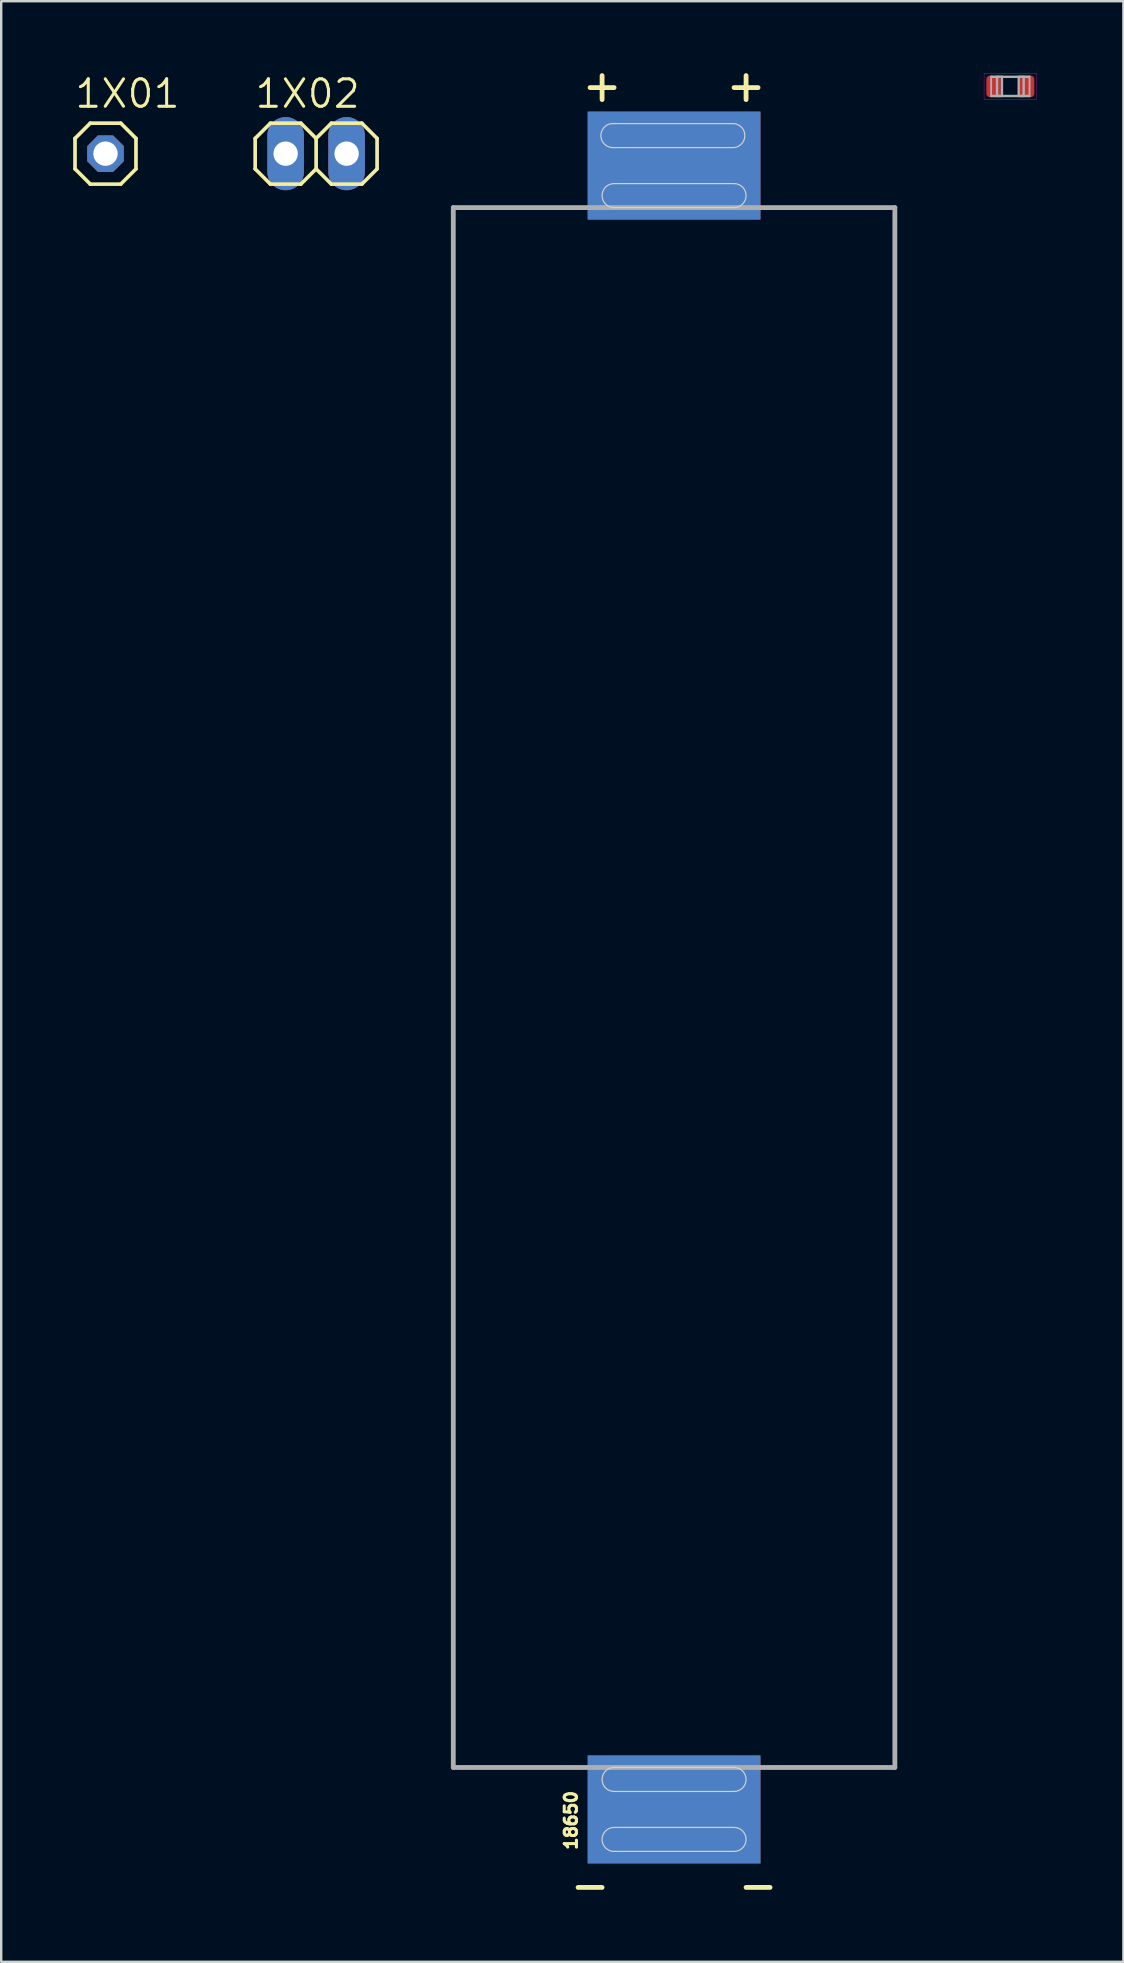
<source format=kicad_pcb>
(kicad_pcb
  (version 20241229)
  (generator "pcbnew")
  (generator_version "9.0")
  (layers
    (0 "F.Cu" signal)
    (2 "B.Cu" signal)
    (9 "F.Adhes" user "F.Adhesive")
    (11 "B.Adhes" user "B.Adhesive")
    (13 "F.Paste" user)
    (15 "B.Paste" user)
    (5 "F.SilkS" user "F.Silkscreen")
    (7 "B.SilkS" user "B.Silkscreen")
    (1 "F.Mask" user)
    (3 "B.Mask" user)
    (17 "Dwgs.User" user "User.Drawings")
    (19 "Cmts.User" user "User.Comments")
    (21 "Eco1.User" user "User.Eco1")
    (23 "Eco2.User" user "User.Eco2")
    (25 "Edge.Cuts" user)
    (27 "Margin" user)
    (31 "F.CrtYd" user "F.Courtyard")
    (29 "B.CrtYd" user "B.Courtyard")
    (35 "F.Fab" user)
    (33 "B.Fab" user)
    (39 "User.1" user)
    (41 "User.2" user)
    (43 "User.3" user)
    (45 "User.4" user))
  (footprint "18650"
    (layer "F.Cu")
    (at 25.039 38.1)
    (property "Reference" "18650" (at -4 36 90) (layer "F.SilkS") (effects (font (size 0.508 0.508) (thickness 0.127)) (justify left bottom)))
    (fp_poly (pts (xy 3.6 -32) (xy -3.6 -32) (xy -3.6 -36.5) (xy 3.6 -36.5)) (stroke (width 0) (type solid)) (fill yes) (layer "F.Cu"))
    (fp_poly (pts (xy 3.6 36.5) (xy -3.6 36.5) (xy -3.6 32) (xy 3.6 32)) (stroke (width 0) (type solid)) (fill yes) (layer "F.Cu"))
    (fp_poly (pts (xy 3.7 -34.5) (xy -3.7 -34.5) (xy -3.7 -36.7) (xy 3.7 -36.7)) (stroke (width 0) (type solid)) (fill yes) (layer "F.Mask"))
    (fp_poly (pts (xy 3.7 -31.9) (xy -3.7 -31.9) (xy -3.7 -34) (xy 3.7 -34)) (stroke (width 0) (type solid)) (fill yes) (layer "F.Mask"))
    (fp_poly (pts (xy 3.7 34) (xy -3.7 34) (xy -3.7 31.9) (xy 3.7 31.9)) (stroke (width 0) (type solid)) (fill yes) (layer "F.Mask"))
    (fp_poly (pts (xy 3.7 36.6) (xy -3.7 36.6) (xy -3.7 34.5) (xy 3.7 34.5)) (stroke (width 0) (type solid)) (fill yes) (layer "F.Mask"))
    (fp_poly (pts (xy 3.6 -32) (xy -3.6 -32) (xy -3.6 -36.5) (xy 3.6 -36.5)) (stroke (width 0) (type solid)) (fill yes) (layer "B.Cu"))
    (fp_poly (pts (xy 3.6 36.5) (xy -3.6 36.5) (xy -3.6 32) (xy 3.6 32)) (stroke (width 0) (type solid)) (fill yes) (layer "B.Cu"))
    (fp_poly (pts (xy 3.7 -34.5) (xy -3.7 -34.5) (xy -3.7 -36.7) (xy 3.7 -36.7)) (stroke (width 0) (type solid)) (fill yes) (layer "B.Mask"))
    (fp_poly (pts (xy 3.7 -31.9) (xy -3.7 -31.9) (xy -3.7 -34) (xy 3.7 -34)) (stroke (width 0) (type solid)) (fill yes) (layer "B.Mask"))
    (fp_poly (pts (xy 3.7 34) (xy -3.7 34) (xy -3.7 31.9) (xy 3.7 31.9)) (stroke (width 0) (type solid)) (fill yes) (layer "B.Mask"))
    (fp_poly (pts (xy 3.7 36.6) (xy -3.7 36.6) (xy -3.7 34.5) (xy 3.7 34.5)) (stroke (width 0) (type solid)) (fill yes) (layer "B.Mask"))
    (fp_poly (pts (xy 3.6 -32) (xy -3.6 -32) (xy -3.6 -36.5) (xy 3.6 -36.5)) (stroke (width 0) (type solid)) (fill yes) (layer "In1.Cu"))
    (fp_poly (pts (xy 3.6 36.5) (xy -3.6 36.5) (xy -3.6 32) (xy 3.6 32)) (stroke (width 0) (type solid)) (fill yes) (layer "In1.Cu"))
    (fp_line (start -4 37.5) (end -3 37.5) (stroke (width 0.2) (type solid)) (layer "F.SilkS"))
    (fp_line (start -3.5 -37.5) (end -2.5 -37.5) (stroke (width 0.2) (type solid)) (layer "F.SilkS"))
    (fp_line (start -3 -38) (end -3 -37) (stroke (width 0.2) (type solid)) (layer "F.SilkS"))
    (fp_line (start 2.5 -37.5) (end 3.5 -37.5) (stroke (width 0.2) (type solid)) (layer "F.SilkS"))
    (fp_line (start 3 -38) (end 3 -37) (stroke (width 0.2) (type solid)) (layer "F.SilkS"))
    (fp_line (start 3 37.5) (end 4 37.5) (stroke (width 0.2) (type solid)) (layer "F.SilkS"))
    (fp_poly (pts (xy 3.6 -32) (xy -3.6 -32) (xy -3.6 -36.5) (xy 3.6 -36.5)) (stroke (width 0) (type solid)) (fill yes) (layer "In2.Cu"))
    (fp_poly (pts (xy 3.6 36.5) (xy -3.6 36.5) (xy -3.6 32) (xy 3.6 32)) (stroke (width 0) (type solid)) (fill yes) (layer "In2.Cu"))
    (fp_line (start -2.5 -36) (end 2.5 -36) (stroke (width 0.05) (type solid)) (layer "Edge.Cuts"))
    (fp_line (start -2.5 -33.5) (end 2.5 -33.5) (stroke (width 0.05) (type solid)) (layer "Edge.Cuts"))
    (fp_line (start -2.5 32.5) (end 2.5 32.5) (stroke (width 0.05) (type solid)) (layer "Edge.Cuts"))
    (fp_line (start -2.5 35) (end 2.5 35) (stroke (width 0.05) (type solid)) (layer "Edge.Cuts"))
    (fp_line (start 2.4 -35) (end -2.6 -35) (stroke (width 0.05) (type solid)) (layer "Edge.Cuts"))
    (fp_line (start 2.5 -32.5) (end -2.5 -32.5) (stroke (width 0.05) (type solid)) (layer "Edge.Cuts"))
    (fp_line (start 2.5 33.5) (end -2.5 33.5) (stroke (width 0.05) (type solid)) (layer "Edge.Cuts"))
    (fp_line (start 2.5 36) (end -2.5 36) (stroke (width 0.05) (type solid)) (layer "Edge.Cuts"))
    (fp_arc (start -2.6 -35) (mid -3.05 -35.55) (end -2.5 -36) (stroke (width 0.05) (type solid)) (layer "Edge.Cuts"))
    (fp_arc (start -2.5 -32.5) (mid -3 -33) (end -2.5 -33.5) (stroke (width 0.05) (type solid)) (layer "Edge.Cuts"))
    (fp_arc (start -2.5 33.5) (mid -3 33) (end -2.5 32.5) (stroke (width 0.05) (type solid)) (layer "Edge.Cuts"))
    (fp_arc (start -2.5 36) (mid -3 35.5) (end -2.5 35) (stroke (width 0.05) (type solid)) (layer "Edge.Cuts"))
    (fp_arc (start 2.5 -36) (mid 2.95 -35.45) (end 2.4 -35) (stroke (width 0.05) (type solid)) (layer "Edge.Cuts"))
    (fp_arc (start 2.5 -33.5) (mid 3 -33) (end 2.5 -32.5) (stroke (width 0.05) (type solid)) (layer "Edge.Cuts"))
    (fp_arc (start 2.5 32.5) (mid 3 33) (end 2.5 33.5) (stroke (width 0.05) (type solid)) (layer "Edge.Cuts"))
    (fp_arc (start 2.5 35) (mid 3 35.5) (end 2.5 36) (stroke (width 0.05) (type solid)) (layer "Edge.Cuts"))
    (fp_line (start -9.2 -32.5) (end 9.2 -32.5) (stroke (width 0.2) (type solid)) (layer "F.Fab"))
    (fp_line (start -9.2 32.5) (end -9.2 -32.5) (stroke (width 0.2) (type solid)) (layer "F.Fab"))
    (fp_line (start 9.2 -32.5) (end 9.2 32.5) (stroke (width 0.2) (type solid)) (layer "F.Fab"))
    (fp_line (start 9.2 32.5) (end -9.2 32.5) (stroke (width 0.2) (type solid)) (layer "F.Fab"))
    (pad "NEG-T" smd roundrect (at 0 34.25) (size 0.5 0.5) (layers "F.Cu") (roundrect_rratio 0.05))
    (pad "POS-T" smd roundrect (at 0 -34.25) (size 0.5 0.5) (layers "F.Cu") (roundrect_rratio 0.05)))
  (footprint "1X01"
    (layer "F.Cu")
    (at 1.346 3.353)
    (property "Reference" "1X01" (at -1.346 -1.829 0) (layer "F.SilkS") (effects (font (size 1.143 1.143) (thickness 0.127)) (justify left bottom)))
    (fp_line (start -1.27 -0.635) (end -1.27 0.635) (stroke (width 0.152) (type solid)) (layer "F.SilkS"))
    (fp_line (start -1.27 0.635) (end -0.635 1.27) (stroke (width 0.152) (type solid)) (layer "F.SilkS"))
    (fp_line (start -0.635 -1.27) (end -1.27 -0.635) (stroke (width 0.152) (type solid)) (layer "F.SilkS"))
    (fp_line (start -0.635 -1.27) (end 0.635 -1.27) (stroke (width 0.152) (type solid)) (layer "F.SilkS"))
    (fp_line (start 0.635 -1.27) (end 1.27 -0.635) (stroke (width 0.152) (type solid)) (layer "F.SilkS"))
    (fp_line (start 0.635 1.27) (end -0.635 1.27) (stroke (width 0.152) (type solid)) (layer "F.SilkS"))
    (fp_line (start 1.27 -0.635) (end 1.27 0.635) (stroke (width 0.152) (type solid)) (layer "F.SilkS"))
    (fp_line (start 1.27 0.635) (end 0.635 1.27) (stroke (width 0.152) (type solid)) (layer "F.SilkS"))
    (fp_poly (pts (xy -0.254 0.254) (xy 0.254 0.254) (xy 0.254 -0.254) (xy -0.254 -0.254)) (stroke (width 0.1) (type solid)) (fill no) (layer "F.Fab"))
    (pad "1" thru_hole roundrect (at 0 0) (size 1.524 1.524) (drill 1.016) (layers "*.Cu" "*.Mask") (roundrect_rratio 0.25) (chamfer_ratio 0.293) (chamfer top_left top_right bottom_left bottom_right)))
  (footprint ".0603-C-NOSILK"
    (layer "F.Cu")
    (at 39.051 0.55)
    (property "Reference" ".0603-C-NOSILK" (at 0 0 0) (layer "F.Mask") (effects (font (size 0.255 0.255) (thickness 0.045))))
    (fp_line (start -0.845 -0.295) (end -0.845 0.295) (stroke (width 0.43) (type solid)) (layer "F.Mask"))
    (fp_line (start -0.8 0.41) (end -0.8 -0.41) (stroke (width 0.08) (type solid)) (layer "F.Mask"))
    (fp_line (start -0.79 -0.4) (end 0.79 -0.4) (stroke (width 0.1) (type solid)) (layer "F.Mask"))
    (fp_line (start -0.555 -0.295) (end -0.845 -0.295) (stroke (width 0.43) (type solid)) (layer "F.Mask"))
    (fp_line (start -0.555 -0.295) (end -0.555 0.295) (stroke (width 0.43) (type solid)) (layer "F.Mask"))
    (fp_line (start -0.555 0.295) (end -0.845 0.295) (stroke (width 0.43) (type solid)) (layer "F.Mask"))
    (fp_line (start 0.555 -0.295) (end 0.555 0.295) (stroke (width 0.43) (type solid)) (layer "F.Mask"))
    (fp_line (start 0.79 0.4) (end -0.79 0.4) (stroke (width 0.1) (type solid)) (layer "F.Mask"))
    (fp_line (start 0.8 -0.41) (end 0.8 0.41) (stroke (width 0.08) (type solid)) (layer "F.Mask"))
    (fp_line (start 0.845 -0.295) (end 0.555 -0.295) (stroke (width 0.43) (type solid)) (layer "F.Mask"))
    (fp_line (start 0.845 -0.295) (end 0.845 0.295) (stroke (width 0.43) (type solid)) (layer "F.Mask"))
    (fp_line (start 0.845 0.295) (end 0.555 0.295) (stroke (width 0.43) (type solid)) (layer "F.Mask"))
    (fp_line (start -1.095 -0.545) (end -1.095 0.545) (stroke (width 0.01) (type solid)) (layer "F.CrtYd"))
    (fp_line (start -1.095 0.545) (end 1.095 0.545) (stroke (width 0.01) (type solid)) (layer "F.CrtYd"))
    (fp_line (start 1.095 -0.545) (end -1.095 -0.545) (stroke (width 0.01) (type solid)) (layer "F.CrtYd"))
    (fp_line (start 1.095 0.545) (end 1.095 -0.545) (stroke (width 0.01) (type solid)) (layer "F.CrtYd"))
    (fp_line (start -0.8 0.41) (end -0.8 -0.41) (stroke (width 0.08) (type solid)) (layer "F.Fab"))
    (fp_line (start -0.79 -0.4) (end 0.79 -0.4) (stroke (width 0.1) (type solid)) (layer "F.Fab"))
    (fp_line (start 0.79 0.4) (end -0.79 0.4) (stroke (width 0.1) (type solid)) (layer "F.Fab"))
    (fp_line (start 0.8 -0.41) (end 0.8 0.41) (stroke (width 0.08) (type solid)) (layer "F.Fab"))
    (fp_poly (pts (xy -0.555 0.4) (xy -0.35 0.4) (xy -0.35 -0.4) (xy -0.555 -0.4)) (stroke (width 0.1) (type solid)) (fill no) (layer "F.Fab"))
    (fp_poly (pts (xy 0.35 0.4) (xy 0.555 0.4) (xy 0.555 -0.4) (xy 0.35 -0.4)) (stroke (width 0.1) (type solid)) (fill no) (layer "F.Fab"))
    (pad "1" smd roundrect (at -0.7 0) (size 0.6 0.9) (layers "F.Cu" "F.Paste") (roundrect_rratio 0.25))
    (pad "2" smd roundrect (at 0.7 0) (size 0.6 0.9) (layers "F.Cu" "F.Paste") (roundrect_rratio 0.25)))
  (footprint "1X02"
    (layer "F.Cu")
    (at 10.123 3.353)
    (property "Reference" "1X02" (at -2.616 -1.829 0) (layer "F.SilkS") (effects (font (size 1.143 1.143) (thickness 0.127)) (justify left bottom)))
    (fp_line (start -2.54 -0.635) (end -2.54 0.635) (stroke (width 0.152) (type solid)) (layer "F.SilkS"))
    (fp_line (start -2.54 0.635) (end -1.905 1.27) (stroke (width 0.152) (type solid)) (layer "F.SilkS"))
    (fp_line (start -1.905 -1.27) (end -2.54 -0.635) (stroke (width 0.152) (type solid)) (layer "F.SilkS"))
    (fp_line (start -1.905 -1.27) (end -0.635 -1.27) (stroke (width 0.152) (type solid)) (layer "F.SilkS"))
    (fp_line (start -0.635 -1.27) (end 0 -0.635) (stroke (width 0.152) (type solid)) (layer "F.SilkS"))
    (fp_line (start -0.635 1.27) (end -1.905 1.27) (stroke (width 0.152) (type solid)) (layer "F.SilkS"))
    (fp_line (start 0 -0.635) (end 0 0.635) (stroke (width 0.152) (type solid)) (layer "F.SilkS"))
    (fp_line (start 0 -0.635) (end 0.635 -1.27) (stroke (width 0.152) (type solid)) (layer "F.SilkS"))
    (fp_line (start 0 0.635) (end -0.635 1.27) (stroke (width 0.152) (type solid)) (layer "F.SilkS"))
    (fp_line (start 0.635 -1.27) (end 1.905 -1.27) (stroke (width 0.152) (type solid)) (layer "F.SilkS"))
    (fp_line (start 0.635 1.27) (end 0 0.635) (stroke (width 0.152) (type solid)) (layer "F.SilkS"))
    (fp_line (start 1.905 -1.27) (end 2.54 -0.635) (stroke (width 0.152) (type solid)) (layer "F.SilkS"))
    (fp_line (start 1.905 1.27) (end 0.635 1.27) (stroke (width 0.152) (type solid)) (layer "F.SilkS"))
    (fp_line (start 2.54 -0.635) (end 2.54 0.635) (stroke (width 0.152) (type solid)) (layer "F.SilkS"))
    (fp_line (start 2.54 0.635) (end 1.905 1.27) (stroke (width 0.152) (type solid)) (layer "F.SilkS"))
    (fp_poly (pts (xy -1.524 0.254) (xy -1.016 0.254) (xy -1.016 -0.254) (xy -1.524 -0.254)) (stroke (width 0.1) (type solid)) (fill no) (layer "F.Fab"))
    (fp_poly (pts (xy 1.016 0.254) (xy 1.524 0.254) (xy 1.524 -0.254) (xy 1.016 -0.254)) (stroke (width 0.1) (type solid)) (fill no) (layer "F.Fab"))
    (pad "1" thru_hole oval (at -1.27 0 90) (size 3.048 1.524) (drill 1.016) (layers "*.Cu" "*.Mask"))
    (pad "2" thru_hole oval (at 1.27 0 90) (size 3.048 1.524) (drill 1.016) (layers "*.Cu" "*.Mask")))
  (gr_rect
    (start -3 -3)
    (end 43.762 78.7)
    (stroke (width 0.1) (type default))
    (fill no)
    (layer "Edge.Cuts")))
</source>
